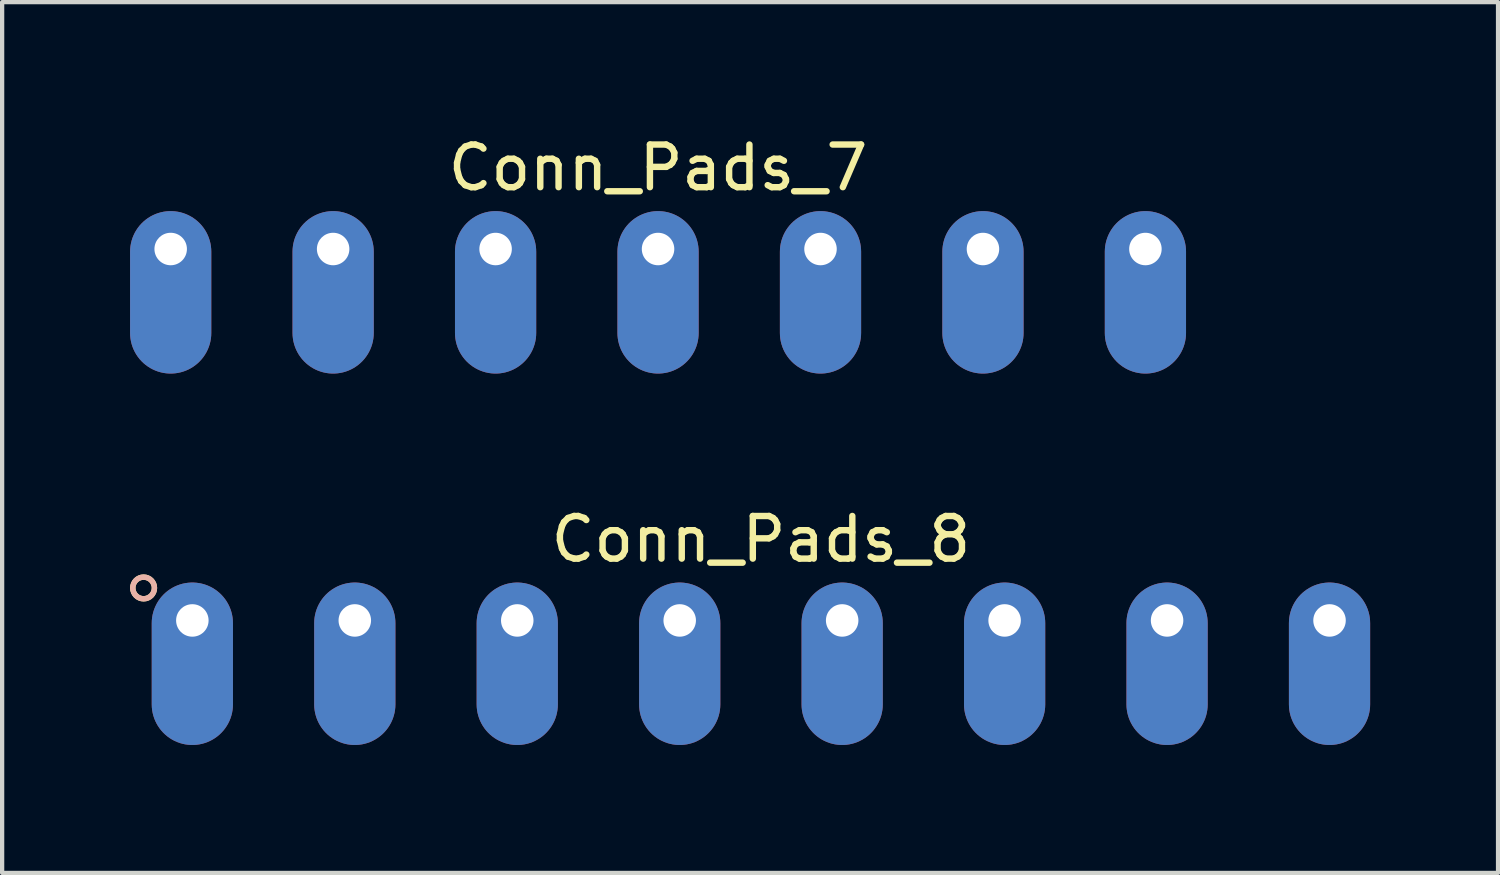
<source format=kicad_pcb>
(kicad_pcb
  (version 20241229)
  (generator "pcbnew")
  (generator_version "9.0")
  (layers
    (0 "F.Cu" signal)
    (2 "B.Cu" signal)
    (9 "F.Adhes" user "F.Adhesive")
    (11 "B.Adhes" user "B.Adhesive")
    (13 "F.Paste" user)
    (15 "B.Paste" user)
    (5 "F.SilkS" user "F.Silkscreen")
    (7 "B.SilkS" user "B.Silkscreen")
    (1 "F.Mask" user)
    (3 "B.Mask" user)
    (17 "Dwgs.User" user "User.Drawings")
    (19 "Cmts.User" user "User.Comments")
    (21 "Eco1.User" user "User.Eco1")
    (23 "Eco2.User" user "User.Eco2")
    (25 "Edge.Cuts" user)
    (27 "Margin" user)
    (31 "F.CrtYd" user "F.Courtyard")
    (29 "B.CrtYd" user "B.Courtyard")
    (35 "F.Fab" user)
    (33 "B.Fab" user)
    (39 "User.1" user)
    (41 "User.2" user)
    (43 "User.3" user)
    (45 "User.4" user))
  (footprint "Conn_Pads_8"
    (layer "F.Cu")
    (at 14.796 8.961)
    (property "Reference" "Conn_Pads_8" (at 0 0.635 0) (layer "F.SilkS") (effects (font (size 1 1) (thickness 0.15))))
    (attr through_hole)
    (fp_circle (center -14.478 1.778) (end -14.224 1.778) (stroke (width 0.127) (type solid)) (fill no) (layer "F.SilkS"))
    (fp_circle (center -14.478 1.778) (end -14.224 1.778) (stroke (width 0.127) (type solid)) (fill no) (layer "B.SilkS"))
    (pad "1" thru_hole oval (at -13.335 2.54) (size 1.905 3.81) (drill 0.762 (offset 0 1.016)) (layers "*.Cu" "*.Mask"))
    (pad "2" thru_hole oval (at -9.525 2.54) (size 1.905 3.81) (drill 0.762 (offset 0 1.016)) (layers "*.Cu" "*.Mask"))
    (pad "3" thru_hole oval (at -5.715 2.54) (size 1.905 3.81) (drill 0.762 (offset 0 1.016)) (layers "*.Cu" "*.Mask"))
    (pad "4" thru_hole oval (at -1.905 2.54) (size 1.905 3.81) (drill 0.762 (offset 0 1.016)) (layers "*.Cu" "*.Mask"))
    (pad "5" thru_hole oval (at 1.905 2.54) (size 1.905 3.81) (drill 0.762 (offset 0 1.016)) (layers "*.Cu" "*.Mask"))
    (pad "6" thru_hole oval (at 5.715 2.54) (size 1.905 3.81) (drill 0.762 (offset 0 1.016)) (layers "*.Cu" "*.Mask"))
    (pad "7" thru_hole oval (at 9.525 2.54) (size 1.905 3.81) (drill 0.762 (offset 0 1.016)) (layers "*.Cu" "*.Mask"))
    (pad "8" thru_hole oval (at 13.335 2.54) (size 1.905 3.81) (drill 0.762 (offset 0 1.016)) (layers "*.Cu" "*.Mask")))
  (footprint "Conn_Pads_7"
    (layer "F.Cu")
    (at 12.383 0.25)
    (property "Reference" "Conn_Pads_7" (at 0 0.635 0) (layer "F.SilkS") (effects (font (size 1 1) (thickness 0.15))))
    (attr through_hole)
    (pad "1" thru_hole oval (at -11.43 2.54) (size 1.905 3.81) (drill 0.762 (offset 0 1.016)) (layers "*.Cu" "*.Mask"))
    (pad "2" thru_hole oval (at -7.62 2.54) (size 1.905 3.81) (drill 0.762 (offset 0 1.016)) (layers "*.Cu" "*.Mask"))
    (pad "3" thru_hole oval (at -3.81 2.54) (size 1.905 3.81) (drill 0.762 (offset 0 1.016)) (layers "*.Cu" "*.Mask"))
    (pad "4" thru_hole oval (at 0 2.54) (size 1.905 3.81) (drill 0.762 (offset 0 1.016)) (layers "*.Cu" "*.Mask"))
    (pad "5" thru_hole oval (at 3.81 2.54) (size 1.905 3.81) (drill 0.762 (offset 0 1.016)) (layers "*.Cu" "*.Mask"))
    (pad "6" thru_hole oval (at 7.62 2.54) (size 1.905 3.81) (drill 0.762 (offset 0 1.016)) (layers "*.Cu" "*.Mask"))
    (pad "7" thru_hole oval (at 11.43 2.54) (size 1.905 3.81) (drill 0.762 (offset 0 1.016)) (layers "*.Cu" "*.Mask")))
  (gr_rect
    (start -3 -3)
    (end 32.083 17.422)
    (stroke (width 0.1) (type default))
    (fill no)
    (layer "Edge.Cuts")))
</source>
